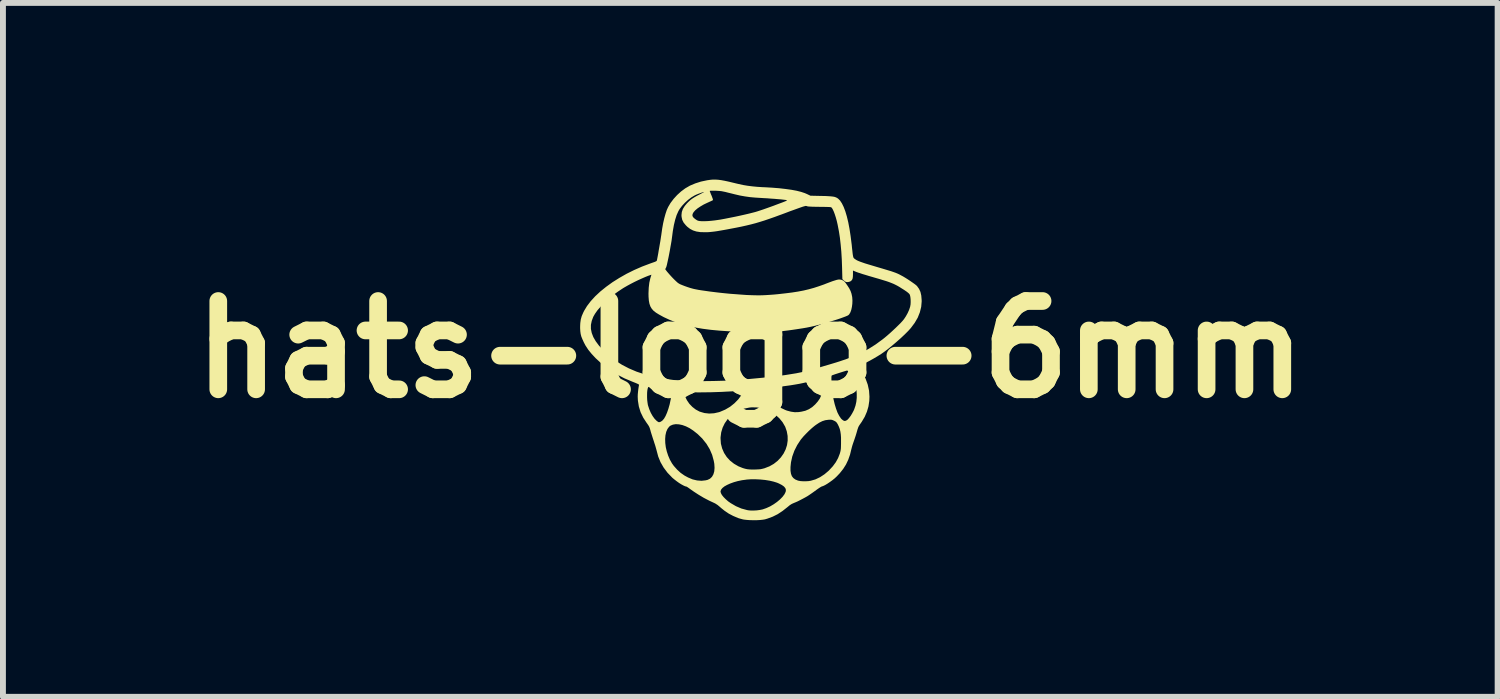
<source format=kicad_pcb>
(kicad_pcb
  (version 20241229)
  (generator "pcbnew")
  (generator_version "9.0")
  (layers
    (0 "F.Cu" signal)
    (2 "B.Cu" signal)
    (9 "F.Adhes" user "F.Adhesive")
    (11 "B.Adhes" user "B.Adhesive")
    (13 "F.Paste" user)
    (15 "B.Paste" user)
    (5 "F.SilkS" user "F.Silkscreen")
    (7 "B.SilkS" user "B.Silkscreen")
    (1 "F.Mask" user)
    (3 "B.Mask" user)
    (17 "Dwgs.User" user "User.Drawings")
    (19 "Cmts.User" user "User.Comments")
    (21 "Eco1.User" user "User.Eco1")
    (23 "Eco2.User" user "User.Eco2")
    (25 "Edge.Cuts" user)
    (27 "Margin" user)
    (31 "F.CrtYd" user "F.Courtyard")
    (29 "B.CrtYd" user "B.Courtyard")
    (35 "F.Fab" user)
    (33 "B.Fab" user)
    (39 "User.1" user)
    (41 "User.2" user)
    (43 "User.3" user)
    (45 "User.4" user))
  (footprint "hats-logo-6mm"
    (layer "F.Cu")
    (at 9.693 2.884)
    (property "Reference" "hats-logo-6mm" (at 0 0 0) (layer "F.SilkS") (effects (font (size 1.5 1.5) (thickness 0.3))))
    (attr board_only exclude_from_pos_files exclude_from_bom)
    (fp_poly (pts (xy -0.544 -2.881) (xy -0.492 -2.874) (xy -0.432 -2.863) (xy -0.363 -2.848) (xy -0.297 -2.832) (xy -0.205 -2.81) (xy -0.123 -2.792) (xy -0.045 -2.779) (xy 0.034 -2.769) (xy 0.116 -2.761) (xy 0.209 -2.755) (xy 0.223 -2.755) (xy 0.364 -2.747) (xy 0.49 -2.737) (xy 0.602 -2.724) (xy 0.702 -2.71) (xy 0.788 -2.694) (xy 0.863 -2.675) (xy 0.926 -2.654) (xy 0.963 -2.638) (xy 1.022 -2.61) (xy 1.205 -2.606) (xy 1.272 -2.605) (xy 1.327 -2.602) (xy 1.37 -2.599) (xy 1.405 -2.595) (xy 1.432 -2.59) (xy 1.454 -2.582) (xy 1.473 -2.573) (xy 1.49 -2.561) (xy 1.492 -2.56) (xy 1.525 -2.527) (xy 1.556 -2.48) (xy 1.586 -2.419) (xy 1.614 -2.345) (xy 1.64 -2.258) (xy 1.664 -2.158) (xy 1.685 -2.047) (xy 1.704 -1.923) (xy 1.721 -1.789) (xy 1.722 -1.783) (xy 1.728 -1.72) (xy 1.734 -1.67) (xy 1.738 -1.631) (xy 1.742 -1.602) (xy 1.746 -1.581) (xy 1.75 -1.566) (xy 1.754 -1.556) (xy 1.759 -1.549) (xy 1.765 -1.543) (xy 1.773 -1.538) (xy 1.778 -1.534) (xy 1.794 -1.523) (xy 1.813 -1.512) (xy 1.837 -1.501) (xy 1.867 -1.489) (xy 1.904 -1.476) (xy 1.95 -1.46) (xy 2.006 -1.443) (xy 2.073 -1.423) (xy 2.153 -1.399) (xy 2.163 -1.396) (xy 2.238 -1.374) (xy 2.301 -1.355) (xy 2.354 -1.339) (xy 2.397 -1.326) (xy 2.434 -1.313) (xy 2.465 -1.302) (xy 2.492 -1.291) (xy 2.517 -1.28) (xy 2.541 -1.268) (xy 2.557 -1.259) (xy 2.593 -1.24) (xy 2.633 -1.216) (xy 2.676 -1.189) (xy 2.718 -1.161) (xy 2.757 -1.134) (xy 2.791 -1.11) (xy 2.818 -1.089) (xy 2.833 -1.074) (xy 2.866 -1.028) (xy 2.89 -0.976) (xy 2.904 -0.915) (xy 2.91 -0.843) (xy 2.911 -0.817) (xy 2.903 -0.723) (xy 2.88 -0.63) (xy 2.844 -0.539) (xy 2.792 -0.45) (xy 2.727 -0.363) (xy 2.684 -0.315) (xy 2.624 -0.255) (xy 2.555 -0.19) (xy 2.48 -0.124) (xy 2.403 -0.059) (xy 2.328 0.002) (xy 2.274 0.042) (xy 2.223 0.078) (xy 2.162 0.116) (xy 2.096 0.155) (xy 2.028 0.193) (xy 1.963 0.227) (xy 1.932 0.242) (xy 1.832 0.289) (xy 1.849 0.311) (xy 1.911 0.403) (xy 1.959 0.499) (xy 1.995 0.599) (xy 2.017 0.701) (xy 2.024 0.803) (xy 2.021 0.875) (xy 2.007 0.969) (xy 1.981 1.058) (xy 1.944 1.144) (xy 1.893 1.23) (xy 1.854 1.286) (xy 1.836 1.317) (xy 1.82 1.363) (xy 1.814 1.385) (xy 1.804 1.42) (xy 1.791 1.463) (xy 1.776 1.508) (xy 1.762 1.549) (xy 1.748 1.589) (xy 1.735 1.628) (xy 1.725 1.662) (xy 1.719 1.687) (xy 1.718 1.689) (xy 1.694 1.788) (xy 1.663 1.876) (xy 1.625 1.956) (xy 1.578 2.03) (xy 1.521 2.102) (xy 1.469 2.157) (xy 1.434 2.19) (xy 1.393 2.223) (xy 1.35 2.254) (xy 1.307 2.283) (xy 1.268 2.306) (xy 1.234 2.322) (xy 1.217 2.327) (xy 1.204 2.333) (xy 1.182 2.346) (xy 1.155 2.364) (xy 1.124 2.386) (xy 1.121 2.388) (xy 1.087 2.413) (xy 1.052 2.438) (xy 1.02 2.46) (xy 0.998 2.475) (xy 0.969 2.494) (xy 0.93 2.516) (xy 0.887 2.539) (xy 0.843 2.562) (xy 0.801 2.583) (xy 0.764 2.599) (xy 0.735 2.611) (xy 0.733 2.612) (xy 0.704 2.625) (xy 0.671 2.646) (xy 0.632 2.678) (xy 0.631 2.679) (xy 0.547 2.745) (xy 0.465 2.799) (xy 0.381 2.841) (xy 0.292 2.874) (xy 0.248 2.887) (xy 0.211 2.893) (xy 0.163 2.898) (xy 0.108 2.901) (xy 0.05 2.901) (xy -0.008 2.9) (xy -0.061 2.896) (xy -0.107 2.891) (xy -0.131 2.886) (xy -0.161 2.878) (xy -0.189 2.87) (xy -0.208 2.864) (xy -0.208 2.864) (xy -0.292 2.828) (xy -0.366 2.789) (xy -0.433 2.744) (xy -0.498 2.692) (xy -0.511 2.68) (xy -0.554 2.644) (xy -0.594 2.618) (xy -0.612 2.609) (xy -0.698 2.569) (xy -0.79 2.521) (xy -0.882 2.466) (xy -0.962 2.414) (xy -0.506 2.414) (xy -0.499 2.441) (xy -0.482 2.473) (xy -0.454 2.508) (xy -0.418 2.544) (xy -0.376 2.581) (xy -0.333 2.611) (xy -0.244 2.663) (xy -0.151 2.703) (xy -0.055 2.729) (xy -0.033 2.733) (xy 0.009 2.737) (xy 0.059 2.737) (xy 0.112 2.734) (xy 0.164 2.727) (xy 0.209 2.718) (xy 0.209 2.718) (xy 0.272 2.696) (xy 0.336 2.667) (xy 0.397 2.631) (xy 0.454 2.591) (xy 0.505 2.548) (xy 0.548 2.504) (xy 0.581 2.46) (xy 0.601 2.418) (xy 0.605 2.387) (xy 0.596 2.358) (xy 0.573 2.33) (xy 0.537 2.304) (xy 0.487 2.278) (xy 0.454 2.264) (xy 0.396 2.246) (xy 0.328 2.23) (xy 0.252 2.218) (xy 0.172 2.21) (xy 0.09 2.206) (xy 0.011 2.206) (xy -0.063 2.211) (xy -0.066 2.212) (xy -0.141 2.222) (xy -0.213 2.237) (xy -0.28 2.256) (xy -0.341 2.278) (xy -0.394 2.302) (xy -0.439 2.327) (xy -0.473 2.354) (xy -0.496 2.382) (xy -0.505 2.409) (xy -0.506 2.414) (xy -0.962 2.414) (xy -0.97 2.408) (xy -1.019 2.374) (xy -1.045 2.355) (xy -1.067 2.34) (xy -1.082 2.331) (xy -1.087 2.33) (xy -1.107 2.325) (xy -1.135 2.312) (xy -1.17 2.293) (xy -1.209 2.269) (xy -1.248 2.241) (xy -1.287 2.211) (xy -1.322 2.182) (xy -1.327 2.177) (xy -1.406 2.095) (xy -1.472 2.007) (xy -1.525 1.915) (xy -1.564 1.819) (xy -1.586 1.736) (xy -1.593 1.71) (xy -1.603 1.674) (xy -1.615 1.632) (xy -1.63 1.587) (xy -1.637 1.564) (xy -1.651 1.522) (xy -1.446 1.522) (xy -1.444 1.591) (xy -1.435 1.662) (xy -1.418 1.734) (xy -1.395 1.804) (xy -1.366 1.872) (xy -1.33 1.936) (xy -1.299 1.979) (xy -1.242 2.043) (xy -1.183 2.097) (xy -1.117 2.143) (xy -1.056 2.176) (xy -0.98 2.208) (xy -0.904 2.226) (xy -0.829 2.232) (xy -0.758 2.224) (xy -0.725 2.216) (xy -0.684 2.196) (xy -0.651 2.165) (xy -0.627 2.123) (xy -0.612 2.072) (xy -0.607 2.012) (xy -0.611 1.944) (xy -0.62 1.894) (xy -0.648 1.791) (xy -0.69 1.694) (xy -0.745 1.603) (xy -0.813 1.518) (xy -0.813 1.517) (xy -0.505 1.517) (xy -0.499 1.602) (xy -0.478 1.683) (xy -0.445 1.759) (xy -0.4 1.828) (xy -0.344 1.889) (xy -0.277 1.942) (xy -0.201 1.986) (xy -0.129 2.015) (xy -0.089 2.027) (xy -0.052 2.035) (xy -0.013 2.039) (xy 0.031 2.041) (xy 0.085 2.041) (xy 0.088 2.04) (xy 0.135 2.038) (xy 0.173 2.035) (xy 0.206 2.028) (xy 0.241 2.019) (xy 0.241 2.019) (xy 0.297 1.997) (xy 0.683 1.997) (xy 0.683 2.061) (xy 0.691 2.112) (xy 0.706 2.153) (xy 0.731 2.185) (xy 0.765 2.21) (xy 0.809 2.228) (xy 0.821 2.231) (xy 0.854 2.237) (xy 0.897 2.24) (xy 0.944 2.24) (xy 0.99 2.237) (xy 1.027 2.231) (xy 1.106 2.208) (xy 1.184 2.171) (xy 1.259 2.122) (xy 1.329 2.063) (xy 1.337 2.055) (xy 1.401 1.986) (xy 1.452 1.917) (xy 1.491 1.846) (xy 1.52 1.772) (xy 1.526 1.751) (xy 1.532 1.728) (xy 1.536 1.705) (xy 1.539 1.679) (xy 1.54 1.647) (xy 1.541 1.605) (xy 1.541 1.564) (xy 1.541 1.497) (xy 1.537 1.442) (xy 1.53 1.395) (xy 1.52 1.353) (xy 1.505 1.313) (xy 1.486 1.273) (xy 1.486 1.273) (xy 1.47 1.247) (xy 1.455 1.23) (xy 1.434 1.217) (xy 1.424 1.212) (xy 1.402 1.202) (xy 1.384 1.196) (xy 1.363 1.194) (xy 1.335 1.195) (xy 1.324 1.196) (xy 1.273 1.203) (xy 1.223 1.219) (xy 1.171 1.245) (xy 1.115 1.282) (xy 1.087 1.303) (xy 1.044 1.339) (xy 0.996 1.383) (xy 0.949 1.43) (xy 0.905 1.476) (xy 0.868 1.52) (xy 0.856 1.535) (xy 0.797 1.625) (xy 0.749 1.72) (xy 0.713 1.819) (xy 0.691 1.919) (xy 0.683 1.997) (xy 0.297 1.997) (xy 0.324 1.987) (xy 0.398 1.945) (xy 0.463 1.894) (xy 0.519 1.835) (xy 0.565 1.77) (xy 0.6 1.7) (xy 0.624 1.625) (xy 0.635 1.549) (xy 0.634 1.47) (xy 0.62 1.392) (xy 0.593 1.314) (xy 0.589 1.307) (xy 0.547 1.235) (xy 0.493 1.17) (xy 0.43 1.113) (xy 0.358 1.065) (xy 0.28 1.027) (xy 0.198 1.001) (xy 0.113 0.986) (xy 0.026 0.984) (xy -0.015 0.988) (xy -0.104 1.006) (xy -0.187 1.037) (xy -0.263 1.078) (xy -0.33 1.128) (xy -0.387 1.188) (xy -0.434 1.255) (xy -0.47 1.329) (xy -0.494 1.409) (xy -0.505 1.494) (xy -0.505 1.517) (xy -0.813 1.517) (xy -0.894 1.438) (xy -0.97 1.378) (xy -1.031 1.338) (xy -1.093 1.307) (xy -1.154 1.285) (xy -1.212 1.273) (xy -1.266 1.27) (xy -1.314 1.278) (xy -1.355 1.295) (xy -1.378 1.313) (xy -1.407 1.352) (xy -1.428 1.401) (xy -1.441 1.459) (xy -1.446 1.522) (xy -1.651 1.522) (xy -1.652 1.519) (xy -1.667 1.472) (xy -1.681 1.428) (xy -1.692 1.392) (xy -1.695 1.379) (xy -1.705 1.345) (xy -1.715 1.318) (xy -1.729 1.293) (xy -1.748 1.265) (xy -1.76 1.249) (xy -1.818 1.16) (xy -1.863 1.067) (xy -1.893 0.969) (xy -1.909 0.868) (xy -1.912 0.802) (xy -1.911 0.77) (xy -1.753 0.77) (xy -1.753 0.814) (xy -1.751 0.859) (xy -1.746 0.901) (xy -1.74 0.94) (xy -1.737 0.952) (xy -1.716 1.016) (xy -1.69 1.077) (xy -1.659 1.132) (xy -1.625 1.179) (xy -1.59 1.214) (xy -1.585 1.218) (xy -1.566 1.231) (xy -1.553 1.237) (xy -1.54 1.235) (xy -1.52 1.228) (xy -1.493 1.209) (xy -1.465 1.177) (xy -1.439 1.132) (xy -1.414 1.075) (xy -1.391 1.009) (xy -1.369 0.932) (xy -1.353 0.855) (xy -1.343 0.804) (xy -1.336 0.766) (xy -1.331 0.739) (xy -1.33 0.727) (xy -1.125 0.727) (xy -1.125 0.737) (xy -1.12 0.757) (xy -1.111 0.784) (xy -1.1 0.813) (xy -1.087 0.842) (xy -1.076 0.864) (xy -1.035 0.924) (xy -0.984 0.977) (xy -0.926 1.022) (xy -0.864 1.055) (xy -0.857 1.058) (xy -0.779 1.081) (xy -0.698 1.09) (xy -0.615 1.085) (xy -0.53 1.066) (xy -0.513 1.06) (xy -0.426 1.023) (xy -0.344 0.975) (xy -0.27 0.916) (xy -0.205 0.85) (xy -0.171 0.804) (xy -0.147 0.77) (xy -0.129 0.74) (xy -0.117 0.717) (xy -0.111 0.703) (xy -0.111 0.699) (xy -0.119 0.699) (xy -0.139 0.7) (xy -0.169 0.702) (xy -0.206 0.704) (xy -0.242 0.707) (xy -0.317 0.713) (xy -0.399 0.717) (xy -0.488 0.722) (xy -0.578 0.725) (xy -0.668 0.728) (xy -0.755 0.729) (xy -0.837 0.73) (xy -0.909 0.73) (xy -0.97 0.728) (xy -0.977 0.728) (xy -1.022 0.726) (xy -1.061 0.725) (xy -1.093 0.725) (xy -1.115 0.725) (xy -1.125 0.726) (xy -1.125 0.727) (xy -1.33 0.727) (xy -1.329 0.721) (xy -1.329 0.71) (xy -1.331 0.705) (xy -1.335 0.703) (xy -1.35 0.702) (xy -1.376 0.699) (xy -1.411 0.693) (xy -1.452 0.687) (xy -1.496 0.68) (xy -1.541 0.672) (xy -1.565 0.668) (xy 0.219 0.668) (xy 0.246 0.717) (xy 0.298 0.799) (xy 0.361 0.872) (xy 0.432 0.936) (xy 0.51 0.989) (xy 0.594 1.029) (xy 0.623 1.04) (xy 0.691 1.058) (xy 0.755 1.067) (xy 0.82 1.065) (xy 0.868 1.058) (xy 0.936 1.042) (xy 0.996 1.016) (xy 1.052 0.98) (xy 1.103 0.934) (xy 1.146 0.885) (xy 1.18 0.836) (xy 1.205 0.781) (xy 1.224 0.72) (xy 1.231 0.688) (xy 1.235 0.65) (xy 1.239 0.608) (xy 1.24 0.568) (xy 1.239 0.533) (xy 1.237 0.506) (xy 1.235 0.5) (xy 1.23 0.485) (xy 1.181 0.499) (xy 1.11 0.519) (xy 1.042 0.538) (xy 0.975 0.554) (xy 0.907 0.569) (xy 0.837 0.584) (xy 0.763 0.597) (xy 0.683 0.61) (xy 0.595 0.622) (xy 0.498 0.635) (xy 0.39 0.648) (xy 0.269 0.662) (xy 0.258 0.663) (xy 0.219 0.668) (xy -1.565 0.668) (xy -1.582 0.665) (xy -1.618 0.658) (xy -1.63 0.656) (xy -1.665 0.649) (xy -1.694 0.643) (xy -1.716 0.639) (xy -1.726 0.637) (xy -1.726 0.637) (xy -1.735 0.644) (xy -1.742 0.663) (xy -1.748 0.692) (xy -1.752 0.729) (xy -1.753 0.77) (xy -1.911 0.77) (xy -1.911 0.765) (xy -1.907 0.722) (xy -1.902 0.678) (xy -1.896 0.637) (xy -1.89 0.605) (xy -1.889 0.602) (xy -1.895 0.595) (xy -1.914 0.585) (xy -1.948 0.57) (xy -1.989 0.554) (xy -2.137 0.492) (xy -2.274 0.421) (xy -2.4 0.34) (xy -2.518 0.249) (xy -2.627 0.149) (xy -2.695 0.076) (xy -2.752 0.006) (xy -2.798 -0.064) (xy -2.828 -0.121) (xy -2.852 -0.174) (xy -2.87 -0.219) (xy -2.881 -0.262) (xy -2.887 -0.307) (xy -2.89 -0.359) (xy -2.89 -0.381) (xy -2.889 -0.416) (xy -2.707 -0.416) (xy -2.707 -0.348) (xy -2.693 -0.279) (xy -2.666 -0.209) (xy -2.625 -0.138) (xy -2.57 -0.064) (xy -2.501 0.012) (xy -2.491 0.022) (xy -2.395 0.111) (xy -2.292 0.19) (xy -2.18 0.261) (xy -2.061 0.323) (xy -1.932 0.378) (xy -1.793 0.424) (xy -1.644 0.463) (xy -1.483 0.494) (xy -1.311 0.519) (xy -1.15 0.534) (xy -1.114 0.536) (xy -1.066 0.538) (xy -1.007 0.539) (xy -0.939 0.539) (xy -0.865 0.539) (xy -0.787 0.539) (xy -0.707 0.538) (xy -0.626 0.537) (xy -0.547 0.535) (xy -0.472 0.533) (xy -0.403 0.531) (xy -0.342 0.529) (xy -0.291 0.526) (xy -0.267 0.524) (xy -0.093 0.51) (xy 0.068 0.495) (xy 0.215 0.481) (xy 0.232 0.479) (xy 1.378 0.479) (xy 1.378 0.508) (xy 1.379 0.549) (xy 1.38 0.557) (xy 1.387 0.656) (xy 1.398 0.752) (xy 1.413 0.844) (xy 1.433 0.929) (xy 1.456 1.005) (xy 1.481 1.073) (xy 1.51 1.129) (xy 1.54 1.173) (xy 1.551 1.185) (xy 1.578 1.207) (xy 1.602 1.216) (xy 1.626 1.211) (xy 1.651 1.194) (xy 1.652 1.194) (xy 1.677 1.166) (xy 1.705 1.129) (xy 1.731 1.086) (xy 1.755 1.041) (xy 1.765 1.018) (xy 1.787 0.954) (xy 1.801 0.891) (xy 1.808 0.824) (xy 1.808 0.749) (xy 1.807 0.744) (xy 1.802 0.673) (xy 1.791 0.612) (xy 1.773 0.555) (xy 1.747 0.499) (xy 1.74 0.485) (xy 1.724 0.458) (xy 1.705 0.43) (xy 1.686 0.403) (xy 1.669 0.38) (xy 1.655 0.365) (xy 1.646 0.359) (xy 1.636 0.361) (xy 1.614 0.367) (xy 1.585 0.376) (xy 1.55 0.387) (xy 1.512 0.399) (xy 1.475 0.411) (xy 1.441 0.422) (xy 1.413 0.432) (xy 1.393 0.439) (xy 1.385 0.443) (xy 1.381 0.448) (xy 1.379 0.46) (xy 1.378 0.479) (xy 0.232 0.479) (xy 0.35 0.466) (xy 0.473 0.452) (xy 0.586 0.437) (xy 0.687 0.421) (xy 0.78 0.406) (xy 0.863 0.389) (xy 0.938 0.372) (xy 0.961 0.367) (xy 1.001 0.356) (xy 1.053 0.342) (xy 1.114 0.324) (xy 1.18 0.305) (xy 1.25 0.284) (xy 1.322 0.263) (xy 1.392 0.242) (xy 1.458 0.222) (xy 1.518 0.203) (xy 1.568 0.186) (xy 1.608 0.173) (xy 1.612 0.172) (xy 1.753 0.118) (xy 1.884 0.059) (xy 2.007 -0.007) (xy 2.126 -0.082) (xy 2.244 -0.168) (xy 2.282 -0.198) (xy 2.326 -0.235) (xy 2.374 -0.277) (xy 2.423 -0.322) (xy 2.471 -0.367) (xy 2.516 -0.411) (xy 2.556 -0.451) (xy 2.588 -0.486) (xy 2.61 -0.513) (xy 2.642 -0.561) (xy 2.672 -0.615) (xy 2.697 -0.67) (xy 2.714 -0.721) (xy 2.715 -0.725) (xy 2.722 -0.763) (xy 2.724 -0.805) (xy 2.723 -0.849) (xy 2.719 -0.889) (xy 2.712 -0.921) (xy 2.708 -0.931) (xy 2.698 -0.945) (xy 2.682 -0.96) (xy 2.658 -0.979) (xy 2.623 -1.003) (xy 2.608 -1.013) (xy 2.568 -1.038) (xy 2.532 -1.061) (xy 2.499 -1.08) (xy 2.466 -1.097) (xy 2.433 -1.113) (xy 2.396 -1.128) (xy 2.355 -1.144) (xy 2.308 -1.16) (xy 2.252 -1.177) (xy 2.187 -1.197) (xy 2.11 -1.219) (xy 2.07 -1.231) (xy 2.014 -1.247) (xy 1.959 -1.264) (xy 1.908 -1.279) (xy 1.864 -1.294) (xy 1.829 -1.305) (xy 1.805 -1.314) (xy 1.804 -1.314) (xy 1.744 -1.339) (xy 1.744 -1.273) (xy 1.742 -1.231) (xy 1.737 -1.2) (xy 1.726 -1.178) (xy 1.71 -1.162) (xy 1.699 -1.155) (xy 1.678 -1.147) (xy 1.653 -1.143) (xy 1.649 -1.143) (xy 1.626 -1.145) (xy 1.607 -1.155) (xy 1.592 -1.168) (xy 1.564 -1.193) (xy 1.559 -1.386) (xy 1.554 -1.529) (xy 1.546 -1.66) (xy 1.535 -1.781) (xy 1.522 -1.896) (xy 1.505 -2.006) (xy 1.484 -2.115) (xy 1.483 -2.12) (xy 1.469 -2.181) (xy 1.453 -2.239) (xy 1.436 -2.292) (xy 1.419 -2.338) (xy 1.402 -2.375) (xy 1.387 -2.401) (xy 1.373 -2.414) (xy 1.372 -2.415) (xy 1.361 -2.416) (xy 1.338 -2.418) (xy 1.305 -2.419) (xy 1.263 -2.42) (xy 1.215 -2.421) (xy 1.176 -2.421) (xy 1.109 -2.422) (xy 1.057 -2.423) (xy 1.016 -2.425) (xy 0.987 -2.427) (xy 0.969 -2.43) (xy 0.965 -2.431) (xy 0.959 -2.434) (xy 0.953 -2.435) (xy 0.946 -2.436) (xy 0.938 -2.436) (xy 0.926 -2.433) (xy 0.911 -2.429) (xy 0.89 -2.423) (xy 0.864 -2.414) (xy 0.83 -2.402) (xy 0.788 -2.387) (xy 0.736 -2.368) (xy 0.674 -2.346) (xy 0.601 -2.318) (xy 0.515 -2.286) (xy 0.511 -2.285) (xy 0.411 -2.248) (xy 0.322 -2.217) (xy 0.24 -2.189) (xy 0.163 -2.165) (xy 0.089 -2.143) (xy 0.013 -2.123) (xy -0.066 -2.104) (xy -0.151 -2.085) (xy -0.245 -2.066) (xy -0.351 -2.046) (xy -0.355 -2.045) (xy -0.436 -2.03) (xy -0.505 -2.018) (xy -0.564 -2.008) (xy -0.614 -2.001) (xy -0.659 -1.996) (xy -0.699 -1.992) (xy -0.738 -1.99) (xy -0.773 -1.99) (xy -0.849 -1.992) (xy -0.915 -2.002) (xy -0.972 -2.02) (xy -1.022 -2.046) (xy -1.069 -2.082) (xy -1.095 -2.108) (xy -1.132 -2.153) (xy -1.156 -2.2) (xy -1.167 -2.251) (xy -1.168 -2.272) (xy -0.983 -2.272) (xy -0.978 -2.257) (xy -0.962 -2.235) (xy -0.935 -2.213) (xy -0.905 -2.193) (xy -0.887 -2.185) (xy -0.862 -2.18) (xy -0.825 -2.177) (xy -0.778 -2.177) (xy -0.723 -2.179) (xy -0.663 -2.184) (xy -0.6 -2.191) (xy -0.537 -2.2) (xy -0.51 -2.204) (xy -0.429 -2.219) (xy -0.344 -2.236) (xy -0.258 -2.253) (xy -0.175 -2.271) (xy -0.095 -2.289) (xy -0.022 -2.306) (xy 0.041 -2.322) (xy 0.084 -2.333) (xy 0.12 -2.344) (xy 0.166 -2.359) (xy 0.22 -2.377) (xy 0.279 -2.398) (xy 0.341 -2.42) (xy 0.402 -2.442) (xy 0.417 -2.448) (xy 0.478 -2.471) (xy 0.527 -2.489) (xy 0.564 -2.503) (xy 0.591 -2.514) (xy 0.609 -2.522) (xy 0.619 -2.528) (xy 0.622 -2.532) (xy 0.621 -2.534) (xy 0.615 -2.536) (xy 0.594 -2.539) (xy 0.56 -2.543) (xy 0.517 -2.548) (xy 0.466 -2.552) (xy 0.409 -2.557) (xy 0.349 -2.561) (xy 0.288 -2.566) (xy 0.228 -2.569) (xy 0.183 -2.572) (xy 0.085 -2.578) (xy -0.004 -2.586) (xy -0.089 -2.598) (xy -0.174 -2.613) (xy -0.264 -2.634) (xy -0.328 -2.65) (xy -0.382 -2.663) (xy -0.424 -2.674) (xy -0.459 -2.681) (xy -0.488 -2.687) (xy -0.516 -2.69) (xy -0.545 -2.692) (xy -0.577 -2.694) (xy -0.588 -2.694) (xy -0.635 -2.695) (xy -0.667 -2.695) (xy -0.685 -2.693) (xy -0.689 -2.69) (xy -0.686 -2.681) (xy -0.678 -2.661) (xy -0.668 -2.634) (xy -0.658 -2.612) (xy -0.646 -2.58) (xy -0.637 -2.555) (xy -0.634 -2.539) (xy -0.634 -2.535) (xy -0.643 -2.53) (xy -0.663 -2.52) (xy -0.69 -2.508) (xy -0.722 -2.493) (xy -0.723 -2.493) (xy -0.79 -2.461) (xy -0.848 -2.427) (xy -0.897 -2.394) (xy -0.936 -2.361) (xy -0.964 -2.329) (xy -0.98 -2.299) (xy -0.983 -2.272) (xy -1.168 -2.272) (xy -1.169 -2.278) (xy -1.163 -2.333) (xy -1.145 -2.385) (xy -1.113 -2.436) (xy -1.075 -2.481) (xy -1.043 -2.513) (xy -1.013 -2.54) (xy -0.98 -2.564) (xy -0.942 -2.588) (xy -0.895 -2.614) (xy -0.869 -2.627) (xy -0.837 -2.644) (xy -0.811 -2.658) (xy -0.793 -2.668) (xy -0.785 -2.674) (xy -0.785 -2.674) (xy -0.797 -2.672) (xy -0.819 -2.665) (xy -0.847 -2.655) (xy -0.878 -2.644) (xy -0.908 -2.632) (xy -0.933 -2.621) (xy -0.943 -2.616) (xy -0.999 -2.583) (xy -1.056 -2.54) (xy -1.111 -2.49) (xy -1.16 -2.437) (xy -1.2 -2.384) (xy -1.221 -2.348) (xy -1.251 -2.281) (xy -1.276 -2.202) (xy -1.298 -2.11) (xy -1.316 -2.007) (xy -1.326 -1.93) (xy -1.331 -1.893) (xy -1.337 -1.847) (xy -1.346 -1.795) (xy -1.356 -1.739) (xy -1.366 -1.681) (xy -1.377 -1.623) (xy -1.388 -1.567) (xy -1.399 -1.516) (xy -1.409 -1.47) (xy -1.417 -1.434) (xy -1.424 -1.408) (xy -1.428 -1.396) (xy -1.445 -1.362) (xy -1.415 -1.322) (xy -1.391 -1.294) (xy -1.362 -1.261) (xy -1.33 -1.226) (xy -1.297 -1.192) (xy -1.266 -1.162) (xy -1.239 -1.137) (xy -1.219 -1.122) (xy -1.195 -1.108) (xy -1.159 -1.093) (xy -1.116 -1.076) (xy -1.068 -1.059) (xy -1.019 -1.043) (xy -0.972 -1.03) (xy -0.96 -1.027) (xy -0.926 -1.02) (xy -0.88 -1.011) (xy -0.823 -1.002) (xy -0.759 -0.993) (xy -0.69 -0.983) (xy -0.617 -0.974) (xy -0.543 -0.965) (xy -0.47 -0.957) (xy -0.401 -0.95) (xy -0.349 -0.945) (xy -0.243 -0.937) (xy -0.15 -0.93) (xy -0.067 -0.924) (xy 0.008 -0.921) (xy 0.076 -0.919) (xy 0.141 -0.918) (xy 0.203 -0.919) (xy 0.266 -0.922) (xy 0.33 -0.926) (xy 0.399 -0.931) (xy 0.473 -0.938) (xy 0.597 -0.952) (xy 0.709 -0.966) (xy 0.811 -0.982) (xy 0.905 -1) (xy 0.994 -1.021) (xy 1.081 -1.045) (xy 1.167 -1.073) (xy 1.255 -1.104) (xy 1.282 -1.115) (xy 1.345 -1.139) (xy 1.396 -1.158) (xy 1.437 -1.171) (xy 1.47 -1.181) (xy 1.496 -1.186) (xy 1.518 -1.187) (xy 1.537 -1.184) (xy 1.555 -1.179) (xy 1.562 -1.176) (xy 1.577 -1.169) (xy 1.591 -1.159) (xy 1.605 -1.145) (xy 1.622 -1.124) (xy 1.644 -1.092) (xy 1.645 -1.091) (xy 1.679 -1.039) (xy 1.703 -0.992) (xy 1.719 -0.946) (xy 1.729 -0.898) (xy 1.731 -0.887) (xy 1.735 -0.831) (xy 1.733 -0.775) (xy 1.726 -0.721) (xy 1.715 -0.671) (xy 1.7 -0.629) (xy 1.681 -0.597) (xy 1.669 -0.584) (xy 1.653 -0.574) (xy 1.623 -0.561) (xy 1.583 -0.546) (xy 1.534 -0.528) (xy 1.478 -0.509) (xy 1.417 -0.49) (xy 1.352 -0.47) (xy 1.284 -0.45) (xy 1.217 -0.431) (xy 1.151 -0.414) (xy 1.089 -0.398) (xy 1.031 -0.385) (xy 1.013 -0.381) (xy 0.953 -0.369) (xy 0.882 -0.357) (xy 0.804 -0.345) (xy 0.724 -0.333) (xy 0.645 -0.322) (xy 0.57 -0.313) (xy 0.506 -0.306) (xy 0.47 -0.304) (xy 0.422 -0.302) (xy 0.364 -0.301) (xy 0.297 -0.299) (xy 0.223 -0.299) (xy 0.145 -0.298) (xy 0.064 -0.298) (xy -0.017 -0.299) (xy -0.096 -0.3) (xy -0.172 -0.301) (xy -0.242 -0.303) (xy -0.305 -0.305) (xy -0.355 -0.307) (xy -0.519 -0.318) (xy -0.669 -0.332) (xy -0.808 -0.35) (xy -0.937 -0.372) (xy -1.056 -0.397) (xy -1.168 -0.428) (xy -1.273 -0.463) (xy -1.373 -0.503) (xy -1.47 -0.548) (xy -1.552 -0.593) (xy -1.602 -0.624) (xy -1.643 -0.656) (xy -1.674 -0.691) (xy -1.697 -0.73) (xy -1.713 -0.776) (xy -1.723 -0.83) (xy -1.728 -0.895) (xy -1.729 -0.95) (xy -1.725 -1.046) (xy -1.715 -1.132) (xy -1.697 -1.211) (xy -1.693 -1.223) (xy -1.679 -1.268) (xy -1.695 -1.263) (xy -1.735 -1.249) (xy -1.785 -1.229) (xy -1.842 -1.204) (xy -1.904 -1.176) (xy -1.968 -1.145) (xy -2.03 -1.113) (xy -2.089 -1.081) (xy -2.141 -1.051) (xy -2.161 -1.039) (xy -2.247 -0.982) (xy -2.329 -0.922) (xy -2.406 -0.858) (xy -2.477 -0.793) (xy -2.54 -0.728) (xy -2.595 -0.665) (xy -2.638 -0.604) (xy -2.667 -0.553) (xy -2.693 -0.484) (xy -2.707 -0.416) (xy -2.889 -0.416) (xy -2.887 -0.449) (xy -2.879 -0.508) (xy -2.863 -0.565) (xy -2.838 -0.623) (xy -2.824 -0.652) (xy -2.774 -0.735) (xy -2.71 -0.819) (xy -2.634 -0.902) (xy -2.546 -0.984) (xy -2.448 -1.063) (xy -2.34 -1.141) (xy -2.224 -1.214) (xy -2.101 -1.284) (xy -1.972 -1.348) (xy -1.837 -1.407) (xy -1.699 -1.459) (xy -1.651 -1.476) (xy -1.617 -1.488) (xy -1.595 -1.499) (xy -1.587 -1.508) (xy -1.584 -1.522) (xy -1.579 -1.548) (xy -1.572 -1.584) (xy -1.564 -1.627) (xy -1.556 -1.676) (xy -1.547 -1.727) (xy -1.538 -1.78) (xy -1.529 -1.83) (xy -1.522 -1.876) (xy -1.516 -1.916) (xy -1.511 -1.947) (xy -1.509 -1.963) (xy -1.496 -2.054) (xy -1.48 -2.143) (xy -1.461 -2.226) (xy -1.44 -2.302) (xy -1.418 -2.368) (xy -1.395 -2.418) (xy -1.355 -2.486) (xy -1.303 -2.555) (xy -1.243 -2.621) (xy -1.176 -2.682) (xy -1.106 -2.734) (xy -1.103 -2.736) (xy -1.025 -2.781) (xy -0.935 -2.819) (xy -0.838 -2.85) (xy -0.734 -2.872) (xy -0.679 -2.88) (xy -0.635 -2.884) (xy -0.591 -2.884)) (stroke (width 0) (type solid)) (fill yes) (layer "F.SilkS")))
  (gr_rect
    (start -3 -3)
    (end 22.386 8.785)
    (stroke (width 0.1) (type default))
    (fill no)
    (layer "Edge.Cuts")))
</source>
